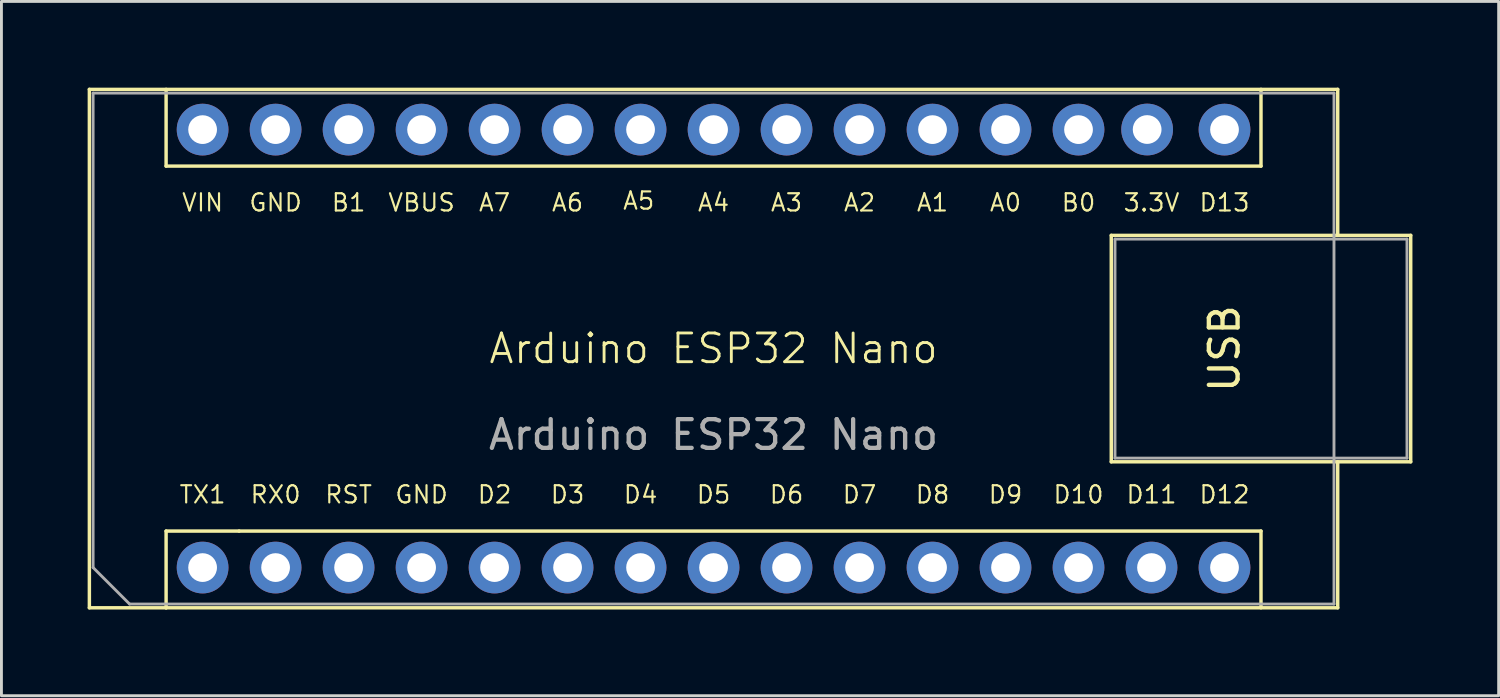
<source format=kicad_pcb>
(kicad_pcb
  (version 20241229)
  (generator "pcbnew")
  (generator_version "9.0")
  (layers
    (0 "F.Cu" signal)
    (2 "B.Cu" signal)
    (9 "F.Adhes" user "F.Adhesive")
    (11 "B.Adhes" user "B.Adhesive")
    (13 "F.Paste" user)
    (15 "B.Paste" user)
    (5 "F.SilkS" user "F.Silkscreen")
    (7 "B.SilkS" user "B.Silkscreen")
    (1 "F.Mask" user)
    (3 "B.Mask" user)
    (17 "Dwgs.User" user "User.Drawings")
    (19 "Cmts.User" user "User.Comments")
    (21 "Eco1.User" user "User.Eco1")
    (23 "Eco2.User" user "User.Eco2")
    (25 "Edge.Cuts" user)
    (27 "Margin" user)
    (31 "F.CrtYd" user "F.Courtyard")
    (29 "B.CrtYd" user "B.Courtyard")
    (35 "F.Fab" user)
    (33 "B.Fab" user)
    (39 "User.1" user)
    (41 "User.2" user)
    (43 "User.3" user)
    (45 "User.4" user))
  (footprint "Arduino ESP32 Nano"
    (layer "F.Cu")
    (at 4 16.7)
    (property "Reference" "Arduino ESP32 Nano" (at 17.78 -7.62 0) (unlocked yes) (layer "F.SilkS") (effects (font (size 1 1) (thickness 0.1))))
    (fp_line (start -3.94 -16.64) (end -3.94 1.4) (stroke (width 0.12) (type solid)) (layer "F.SilkS"))
    (fp_line (start -3.94 1.4) (end -1.27 1.4) (stroke (width 0.12) (type solid)) (layer "F.SilkS"))
    (fp_line (start -1.27 -13.97) (end -1.27 -16.64) (stroke (width 0.12) (type solid)) (layer "F.SilkS"))
    (fp_line (start -1.27 -13.97) (end 36.83 -13.97) (stroke (width 0.12) (type solid)) (layer "F.SilkS"))
    (fp_line (start -1.27 -1.27) (end -1.27 1.4) (stroke (width 0.12) (type solid)) (layer "F.SilkS"))
    (fp_line (start -1.27 1.4) (end 39.5 1.4) (stroke (width 0.12) (type solid)) (layer "F.SilkS"))
    (fp_line (start 1.27 -1.27) (end -1.27 -1.27) (stroke (width 0.12) (type solid)) (layer "F.SilkS"))
    (fp_line (start 1.27 -1.27) (end 36.83 -1.27) (stroke (width 0.12) (type solid)) (layer "F.SilkS"))
    (fp_line (start 31.62 -11.56) (end 42.04 -11.56) (stroke (width 0.12) (type solid)) (layer "F.SilkS"))
    (fp_line (start 31.62 -3.68) (end 31.62 -11.56) (stroke (width 0.12) (type solid)) (layer "F.SilkS"))
    (fp_line (start 36.83 -13.97) (end 36.83 -16.64) (stroke (width 0.12) (type solid)) (layer "F.SilkS"))
    (fp_line (start 36.83 -1.27) (end 36.83 1.4) (stroke (width 0.12) (type solid)) (layer "F.SilkS"))
    (fp_line (start 39.5 -16.64) (end -3.94 -16.64) (stroke (width 0.12) (type solid)) (layer "F.SilkS"))
    (fp_line (start 39.5 -16.64) (end 39.5 -11.56) (stroke (width 0.12) (type solid)) (layer "F.SilkS"))
    (fp_line (start 39.5 1.4) (end 39.5 -3.68) (stroke (width 0.12) (type solid)) (layer "F.SilkS"))
    (fp_line (start 42.04 -11.56) (end 42.04 -3.68) (stroke (width 0.12) (type solid)) (layer "F.SilkS"))
    (fp_line (start 42.04 -3.68) (end 31.62 -3.68) (stroke (width 0.12) (type solid)) (layer "F.SilkS"))
    (fp_line (start -3.81 -16.51) (end 39.37 -16.51) (stroke (width 0.1) (type solid)) (layer "F.Fab"))
    (fp_line (start -3.81 0) (end -3.81 -16.51) (stroke (width 0.1) (type solid)) (layer "F.Fab"))
    (fp_line (start -2.54 1.27) (end -3.81 0) (stroke (width 0.1) (type solid)) (layer "F.Fab"))
    (fp_line (start 31.75 -11.43) (end 41.91 -11.43) (stroke (width 0.1) (type solid)) (layer "F.Fab"))
    (fp_line (start 31.75 -3.81) (end 31.75 -11.43) (stroke (width 0.1) (type solid)) (layer "F.Fab"))
    (fp_line (start 39.37 -16.51) (end 39.37 1.27) (stroke (width 0.1) (type solid)) (layer "F.Fab"))
    (fp_line (start 39.37 1.27) (end -2.54 1.27) (stroke (width 0.1) (type solid)) (layer "F.Fab"))
    (fp_line (start 41.91 -11.43) (end 41.91 -3.81) (stroke (width 0.1) (type solid)) (layer "F.Fab"))
    (fp_line (start 41.91 -3.81) (end 31.75 -3.81) (stroke (width 0.1) (type solid)) (layer "F.Fab"))
    (fp_text user "D11" (at 33.02 -2.54 0) (unlocked yes) (layer "F.SilkS") (effects (font (size 0.6 0.6) (thickness 0.075))))
    (fp_text user "RST" (at 5.08 -2.54 0) (unlocked yes) (layer "F.SilkS") (effects (font (size 0.6 0.6) (thickness 0.075))))
    (fp_text user "B0" (at 30.48 -12.7 0) (unlocked yes) (layer "F.SilkS") (effects (font (size 0.6 0.6) (thickness 0.075))))
    (fp_text user "A4" (at 17.78 -12.7 0) (unlocked yes) (layer "F.SilkS") (effects (font (size 0.6 0.6) (thickness 0.075))))
    (fp_text user "D6" (at 20.32 -2.54 0) (unlocked yes) (layer "F.SilkS") (effects (font (size 0.6 0.6) (thickness 0.075))))
    (fp_text user "USB" (at 35.56 -7.62 90) (unlocked yes) (layer "F.SilkS") (effects (font (size 1 1) (thickness 0.15))))
    (fp_text user "D3" (at 12.7 -2.54 0) (unlocked yes) (layer "F.SilkS") (effects (font (size 0.6 0.6) (thickness 0.075))))
    (fp_text user "RX0" (at 2.54 -2.54 0) (unlocked yes) (layer "F.SilkS") (effects (font (size 0.6 0.6) (thickness 0.075))))
    (fp_text user "D4" (at 15.24 -2.54 0) (unlocked yes) (layer "F.SilkS") (effects (font (size 0.6 0.6) (thickness 0.075))))
    (fp_text user "GND" (at 7.62 -2.54 0) (unlocked yes) (layer "F.SilkS") (effects (font (size 0.6 0.6) (thickness 0.075))))
    (fp_text user "D12" (at 35.56 -2.54 0) (unlocked yes) (layer "F.SilkS") (effects (font (size 0.6 0.6) (thickness 0.075))))
    (fp_text user "GND" (at 2.54 -12.7 0) (unlocked yes) (layer "F.SilkS") (effects (font (size 0.6 0.6) (thickness 0.075))))
    (fp_text user "D10" (at 30.48 -2.54 0) (unlocked yes) (layer "F.SilkS") (effects (font (size 0.6 0.6) (thickness 0.075))))
    (fp_text user "A5" (at 15.177 -12.763 0) (unlocked yes) (layer "F.SilkS") (effects (font (size 0.6 0.6) (thickness 0.075))))
    (fp_text user "D13" (at 35.56 -12.7 0) (unlocked yes) (layer "F.SilkS") (effects (font (size 0.6 0.6) (thickness 0.075))))
    (fp_text user "VIN" (at 0 -12.7 0) (unlocked yes) (layer "F.SilkS") (effects (font (size 0.6 0.6) (thickness 0.075))))
    (fp_text user "A7" (at 10.16 -12.7 0) (unlocked yes) (layer "F.SilkS") (effects (font (size 0.6 0.6) (thickness 0.075))))
    (fp_text user "D9" (at 27.94 -2.54 0) (unlocked yes) (layer "F.SilkS") (effects (font (size 0.6 0.6) (thickness 0.075))))
    (fp_text user "A1" (at 25.4 -12.7 0) (unlocked yes) (layer "F.SilkS") (effects (font (size 0.6 0.6) (thickness 0.075))))
    (fp_text user "D7" (at 22.86 -2.54 0) (unlocked yes) (layer "F.SilkS") (effects (font (size 0.6 0.6) (thickness 0.075))))
    (fp_text user "3.3V" (at 33.02 -12.7 0) (unlocked yes) (layer "F.SilkS") (effects (font (size 0.6 0.6) (thickness 0.075))))
    (fp_text user "D8" (at 25.4 -2.54 0) (unlocked yes) (layer "F.SilkS") (effects (font (size 0.6 0.6) (thickness 0.075))))
    (fp_text user "A3" (at 20.32 -12.7 0) (unlocked yes) (layer "F.SilkS") (effects (font (size 0.6 0.6) (thickness 0.075))))
    (fp_text user "A6" (at 12.7 -12.7 0) (unlocked yes) (layer "F.SilkS") (effects (font (size 0.6 0.6) (thickness 0.075))))
    (fp_text user "D5" (at 17.78 -2.54 0) (unlocked yes) (layer "F.SilkS") (effects (font (size 0.6 0.6) (thickness 0.075))))
    (fp_text user "TX1" (at 0 -2.54 0) (unlocked yes) (layer "F.SilkS") (effects (font (size 0.6 0.6) (thickness 0.075))))
    (fp_text user "A2" (at 22.86 -12.7 0) (unlocked yes) (layer "F.SilkS") (effects (font (size 0.6 0.6) (thickness 0.075))))
    (fp_text user "A0" (at 27.94 -12.7 0) (unlocked yes) (layer "F.SilkS") (effects (font (size 0.6 0.6) (thickness 0.075))))
    (fp_text user "B1" (at 5.08 -12.7 0) (unlocked yes) (layer "F.SilkS") (effects (font (size 0.6 0.6) (thickness 0.075))))
    (fp_text user "VBUS" (at 7.62 -12.7 0) (unlocked yes) (layer "F.SilkS") (effects (font (size 0.6 0.6) (thickness 0.075))))
    (fp_text user "D2" (at 10.16 -2.54 0) (unlocked yes) (layer "F.SilkS") (effects (font (size 0.6 0.6) (thickness 0.075))))
    (fp_text user "${REFERENCE}" (at 17.78 -4.62 0) (unlocked yes) (layer "F.Fab") (effects (font (size 1 1) (thickness 0.15))))
    (pad "1" thru_hole circle (at 0 0) (size 1.8 1.8) (drill 1) (layers "*.Cu" "*.Mask"))
    (pad "2" thru_hole circle (at 2.54 0) (size 1.8 1.8) (drill 1) (layers "*.Cu" "*.Mask"))
    (pad "3" thru_hole circle (at 5.08 0) (size 1.8 1.8) (drill 1) (layers "*.Cu" "*.Mask"))
    (pad "4" thru_hole circle (at 7.62 0) (size 1.8 1.8) (drill 1) (layers "*.Cu" "*.Mask"))
    (pad "5" thru_hole circle (at 10.16 0) (size 1.8 1.8) (drill 1) (layers "*.Cu" "*.Mask"))
    (pad "6" thru_hole circle (at 12.7 0) (size 1.8 1.8) (drill 1) (layers "*.Cu" "*.Mask"))
    (pad "7" thru_hole circle (at 15.24 0) (size 1.8 1.8) (drill 1) (layers "*.Cu" "*.Mask"))
    (pad "8" thru_hole circle (at 17.78 0) (size 1.8 1.8) (drill 1) (layers "*.Cu" "*.Mask"))
    (pad "9" thru_hole circle (at 20.32 0) (size 1.8 1.8) (drill 1) (layers "*.Cu" "*.Mask"))
    (pad "10" thru_hole circle (at 22.86 0) (size 1.8 1.8) (drill 1) (layers "*.Cu" "*.Mask"))
    (pad "11" thru_hole circle (at 25.4 0) (size 1.8 1.8) (drill 1) (layers "*.Cu" "*.Mask"))
    (pad "12" thru_hole circle (at 27.94 0) (size 1.8 1.8) (drill 1) (layers "*.Cu" "*.Mask"))
    (pad "13" thru_hole circle (at 30.48 0) (size 1.8 1.8) (drill 1) (layers "*.Cu" "*.Mask"))
    (pad "14" thru_hole circle (at 33.02 0) (size 1.8 1.8) (drill 1) (layers "*.Cu" "*.Mask"))
    (pad "15" thru_hole circle (at 35.56 0) (size 1.8 1.8) (drill 1) (layers "*.Cu" "*.Mask"))
    (pad "16" thru_hole circle (at 35.56 -15.24) (size 1.8 1.8) (drill 1) (layers "*.Cu" "*.Mask"))
    (pad "17" thru_hole circle (at 32.868 -15.243) (size 1.8 1.8) (drill 1) (layers "*.Cu" "*.Mask"))
    (pad "18" thru_hole circle (at 30.48 -15.24) (size 1.8 1.8) (drill 1) (layers "*.Cu" "*.Mask"))
    (pad "19" thru_hole circle (at 27.94 -15.24) (size 1.8 1.8) (drill 1) (layers "*.Cu" "*.Mask"))
    (pad "20" thru_hole circle (at 25.4 -15.24) (size 1.8 1.8) (drill 1) (layers "*.Cu" "*.Mask"))
    (pad "21" thru_hole circle (at 22.86 -15.24) (size 1.8 1.8) (drill 1) (layers "*.Cu" "*.Mask"))
    (pad "22" thru_hole circle (at 20.32 -15.24) (size 1.8 1.8) (drill 1) (layers "*.Cu" "*.Mask"))
    (pad "23" thru_hole circle (at 17.78 -15.24) (size 1.8 1.8) (drill 1) (layers "*.Cu" "*.Mask"))
    (pad "24" thru_hole circle (at 15.24 -15.24) (size 1.8 1.8) (drill 1) (layers "*.Cu" "*.Mask"))
    (pad "25" thru_hole circle (at 12.7 -15.24) (size 1.8 1.8) (drill 1) (layers "*.Cu" "*.Mask"))
    (pad "26" thru_hole circle (at 10.16 -15.24) (size 1.8 1.8) (drill 1) (layers "*.Cu" "*.Mask"))
    (pad "27" thru_hole circle (at 7.62 -15.24) (size 1.8 1.8) (drill 1) (layers "*.Cu" "*.Mask"))
    (pad "28" thru_hole circle (at 5.08 -15.24) (size 1.8 1.8) (drill 1) (layers "*.Cu" "*.Mask"))
    (pad "29" thru_hole circle (at 2.54 -15.24) (size 1.8 1.8) (drill 1) (layers "*.Cu" "*.Mask"))
    (pad "30" thru_hole circle (at 0 -15.24) (size 1.8 1.8) (drill 1) (layers "*.Cu" "*.Mask")))
  (gr_rect
    (start -3 -3)
    (end 49.1 21.16)
    (stroke (width 0.1) (type default))
    (fill no)
    (layer "Edge.Cuts")))
</source>
